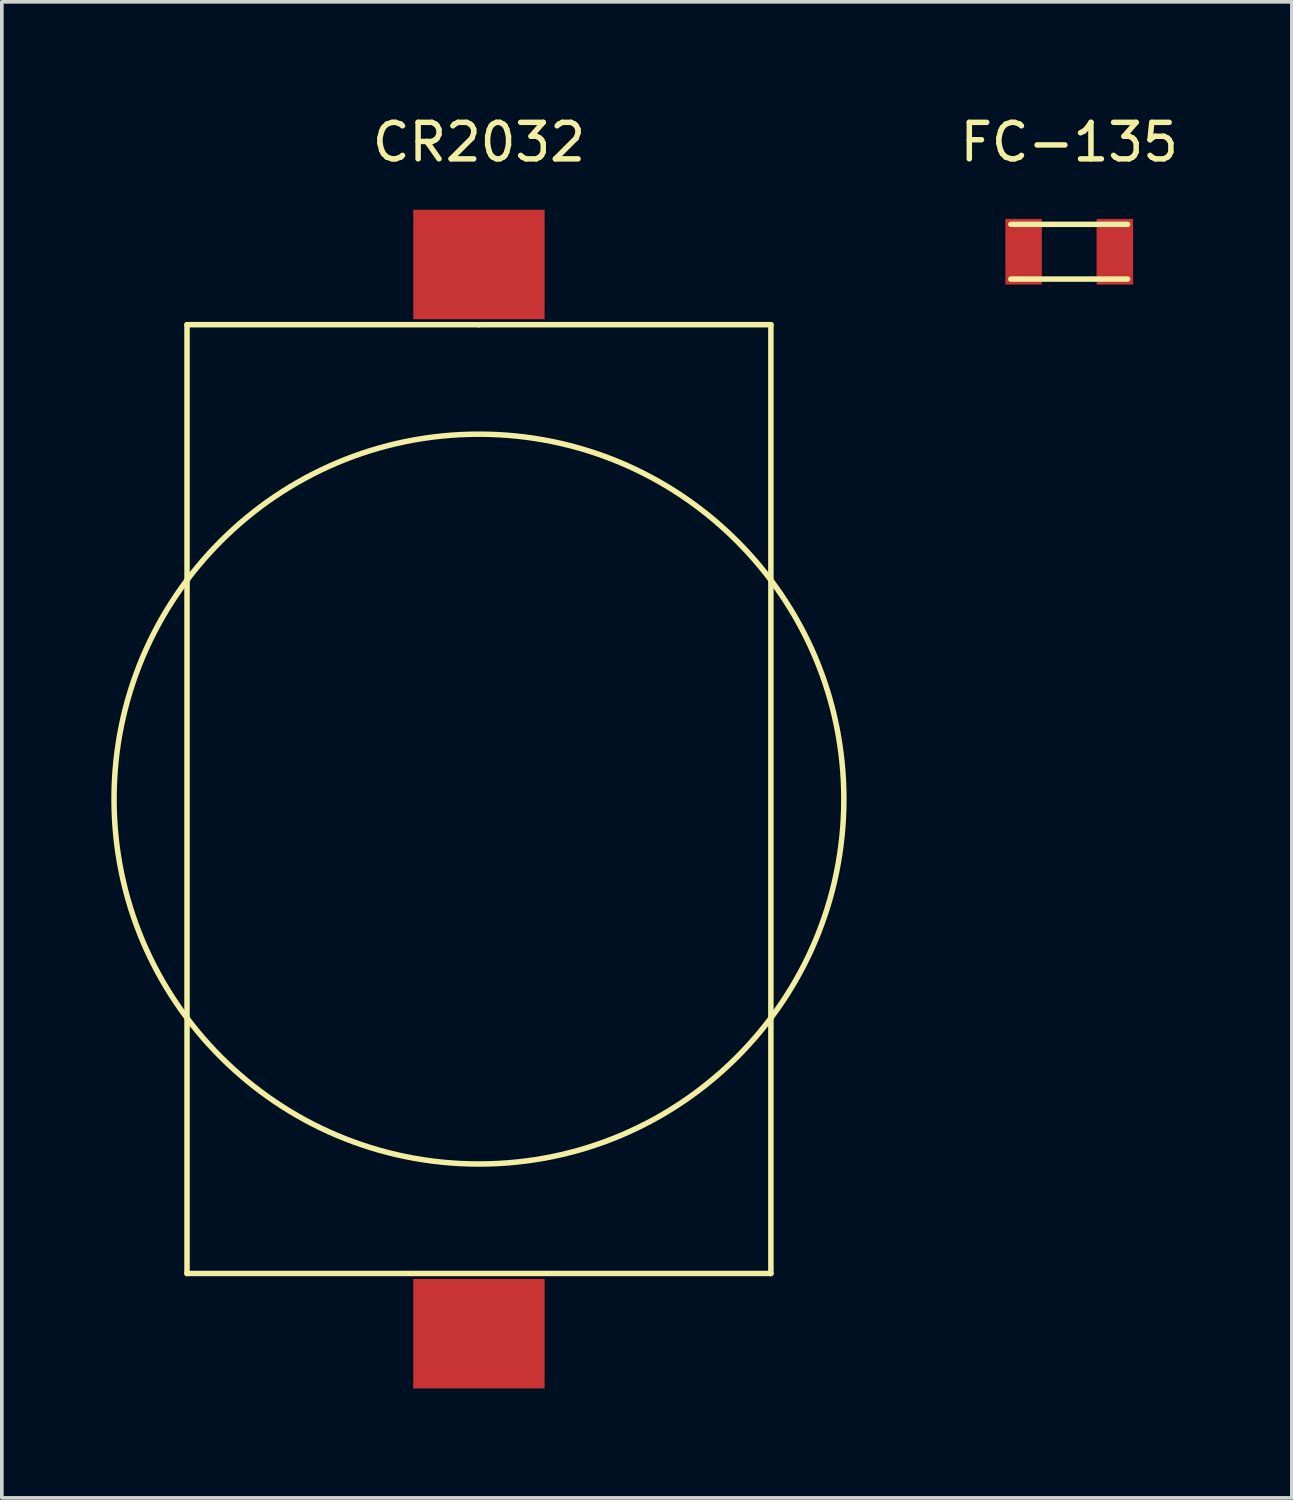
<source format=kicad_pcb>
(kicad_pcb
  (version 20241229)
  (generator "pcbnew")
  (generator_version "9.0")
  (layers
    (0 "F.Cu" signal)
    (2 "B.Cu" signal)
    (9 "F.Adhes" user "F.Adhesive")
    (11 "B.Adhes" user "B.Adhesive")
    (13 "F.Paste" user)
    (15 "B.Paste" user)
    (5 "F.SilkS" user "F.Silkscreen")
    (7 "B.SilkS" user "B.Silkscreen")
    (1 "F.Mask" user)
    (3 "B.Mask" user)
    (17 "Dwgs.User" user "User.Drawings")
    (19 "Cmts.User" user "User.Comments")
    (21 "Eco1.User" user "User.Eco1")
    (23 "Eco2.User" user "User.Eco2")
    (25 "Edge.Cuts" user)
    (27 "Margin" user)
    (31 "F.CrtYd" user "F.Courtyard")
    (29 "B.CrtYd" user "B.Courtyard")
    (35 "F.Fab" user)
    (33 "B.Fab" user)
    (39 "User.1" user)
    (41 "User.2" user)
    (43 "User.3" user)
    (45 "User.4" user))
  (footprint "CR2032"
    (layer "F.Cu")
    (at 10.075 18.848)
    (property "Reference" "CR2032" (at 0 -18 0) (layer "F.SilkS") (effects (font (size 1 1) (thickness 0.15))))
    (attr through_hole)
    (fp_line (start -8 -13) (end -8 13) (stroke (width 0.15) (type solid)) (layer "F.SilkS"))
    (fp_line (start -8 13) (end 8 13) (stroke (width 0.15) (type solid)) (layer "F.SilkS"))
    (fp_line (start 0 -13) (end -8 -13) (stroke (width 0.15) (type solid)) (layer "F.SilkS"))
    (fp_line (start 8 -13) (end 0 -13) (stroke (width 0.15) (type solid)) (layer "F.SilkS"))
    (fp_line (start 8 13) (end 8 -13) (stroke (width 0.15) (type solid)) (layer "F.SilkS"))
    (fp_circle (center 0 0) (end 10 0) (stroke (width 0.15) (type solid)) (fill no) (layer "F.SilkS"))
    (pad "1" smd rect (at 0 -14.65) (size 3.6 3) (layers "F.Cu" "F.Mask" "F.Paste"))
    (pad "2" smd rect (at 0 14.65) (size 3.6 3) (layers "F.Cu" "F.Mask" "F.Paste")))
  (footprint "FC-135"
    (layer "F.Cu")
    (at 26.251 3.848)
    (property "Reference" "FC-135" (at 0 -3 0) (layer "F.SilkS") (effects (font (size 1 1) (thickness 0.15))))
    (attr through_hole)
    (fp_line (start -1.6 -0.75) (end 1.6 -0.75) (stroke (width 0.15) (type solid)) (layer "F.SilkS"))
    (fp_line (start 1.6 0.75) (end -1.6 0.75) (stroke (width 0.15) (type solid)) (layer "F.SilkS"))
    (pad "1" smd rect (at -1.25 0) (size 1 1.8) (layers "F.Cu" "F.Mask" "F.Paste"))
    (pad "2" smd rect (at 1.25 0) (size 1 1.8) (layers "F.Cu" "F.Mask" "F.Paste")))
  (gr_rect
    (start -3 -3)
    (end 32.352 37.998)
    (stroke (width 0.1) (type default))
    (fill no)
    (layer "Edge.Cuts")))
</source>
